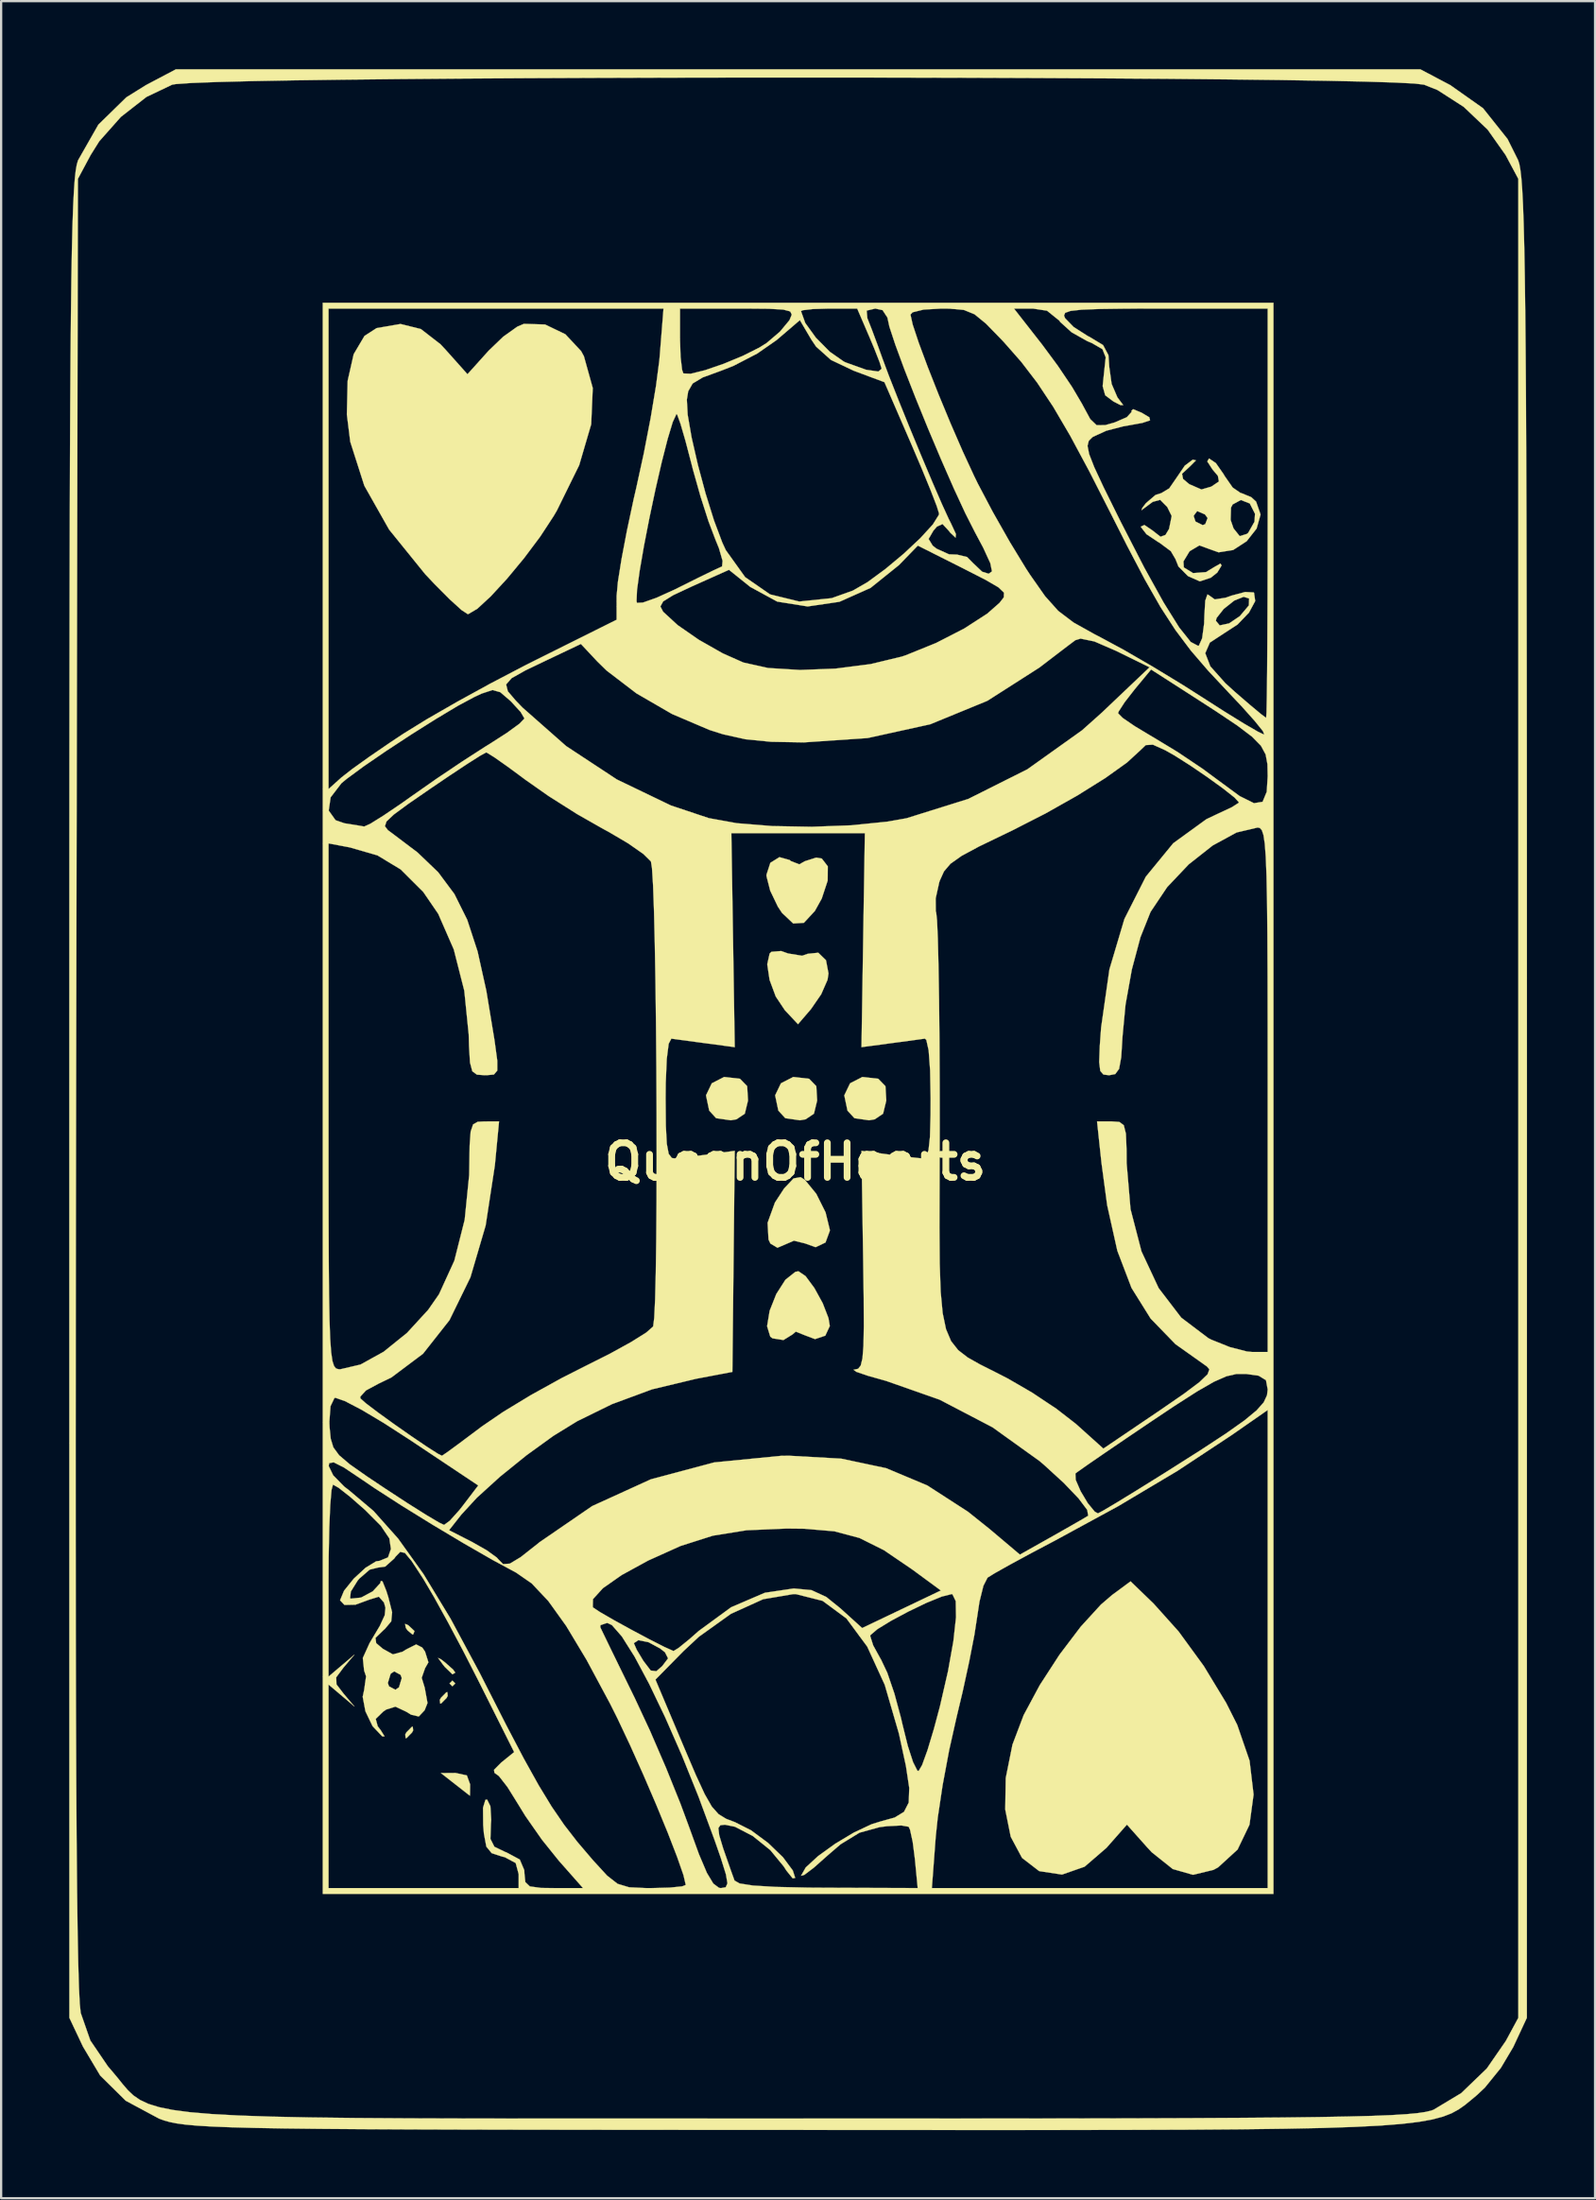
<source format=kicad_pcb>
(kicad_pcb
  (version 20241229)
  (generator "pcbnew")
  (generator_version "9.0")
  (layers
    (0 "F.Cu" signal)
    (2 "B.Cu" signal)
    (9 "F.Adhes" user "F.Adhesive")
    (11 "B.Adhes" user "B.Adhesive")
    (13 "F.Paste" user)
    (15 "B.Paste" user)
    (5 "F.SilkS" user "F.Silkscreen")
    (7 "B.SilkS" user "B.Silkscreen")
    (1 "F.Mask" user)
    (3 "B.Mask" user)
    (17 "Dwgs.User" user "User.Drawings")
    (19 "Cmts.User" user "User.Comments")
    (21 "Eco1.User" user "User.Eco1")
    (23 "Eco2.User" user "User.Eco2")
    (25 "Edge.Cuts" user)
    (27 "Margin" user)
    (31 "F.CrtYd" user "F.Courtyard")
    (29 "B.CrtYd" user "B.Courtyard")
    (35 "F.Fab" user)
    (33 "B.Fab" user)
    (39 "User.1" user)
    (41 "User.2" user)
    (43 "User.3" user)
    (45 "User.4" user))
  (footprint "QueenOfHearts"
    (layer "F.Cu")
    (at 32.007 48.138)
    (property "Reference" "QueenOfHearts" (at 0 0 0) (layer "F.SilkS") (effects (font (size 1.524 1.524) (thickness 0.3))))
    (attr through_hole)
    (fp_poly (pts (xy -14.986 22.987) (xy -15.113 23.114) (xy -15.24 22.987) (xy -15.113 22.86) (xy -14.986 22.987)) (stroke (width 0.01) (type solid)) (fill yes) (layer "F.SilkS"))
    (fp_poly (pts (xy -17.057 20.423) (xy -16.785 20.678) (xy -16.841 20.826) (xy -16.876 20.828) (xy -17.091 20.648) (xy -17.169 20.535) (xy -17.199 20.361) (xy -17.057 20.423)) (stroke (width 0.01) (type solid)) (fill yes) (layer "F.SilkS"))
    (fp_poly (pts (xy -16.844 25.056) (xy -16.891 25.146) (xy -17.13 25.389) (xy -17.175 25.4) (xy -17.192 25.236) (xy -17.145 25.146) (xy -16.906 24.903) (xy -16.861 24.892) (xy -16.844 25.056)) (stroke (width 0.01) (type solid)) (fill yes) (layer "F.SilkS"))
    (fp_poly (pts (xy -15.615 21.924) (xy -15.431 22.066) (xy -15.079 22.379) (xy -14.986 22.51) (xy -15.11 22.586) (xy -15.447 22.26) (xy -15.526 22.162) (xy -15.746 21.861) (xy -15.615 21.924)) (stroke (width 0.01) (type solid)) (fill yes) (layer "F.SilkS"))
    (fp_poly (pts (xy -15.32 23.532) (xy -15.367 23.622) (xy -15.606 23.865) (xy -15.651 23.876) (xy -15.668 23.712) (xy -15.621 23.622) (xy -15.382 23.379) (xy -15.337 23.368) (xy -15.32 23.532)) (stroke (width 0.01) (type solid)) (fill yes) (layer "F.SilkS"))
    (fp_poly (pts (xy -14.476 27.039) (xy -14.333 27.432) (xy -14.337 27.843) (xy -14.342 27.934) (xy -14.524 27.793) (xy -14.952 27.458) (xy -14.986 27.432) (xy -15.621 26.935) (xy -14.977 26.93) (xy -14.476 27.039)) (stroke (width 0.01) (type solid)) (fill yes) (layer "F.SilkS"))
    (fp_poly (pts (xy -2.435 -3.656) (xy -2.119 -3.33) (xy -2.082 -2.698) (xy -2.223 -2.117) (xy -2.589 -1.87) (xy -2.84 -1.826) (xy -3.487 -1.92) (xy -3.792 -2.252) (xy -3.934 -2.925) (xy -3.678 -3.457) (xy -3.134 -3.736) (xy -2.435 -3.656)) (stroke (width 0.01) (type solid)) (fill yes) (layer "F.SilkS"))
    (fp_poly (pts (xy 0.613 -3.656) (xy 0.929 -3.33) (xy 0.966 -2.698) (xy 0.825 -2.117) (xy 0.459 -1.87) (xy 0.208 -1.826) (xy -0.439 -1.92) (xy -0.744 -2.252) (xy -0.886 -2.925) (xy -0.63 -3.457) (xy -0.086 -3.736) (xy 0.613 -3.656)) (stroke (width 0.01) (type solid)) (fill yes) (layer "F.SilkS"))
    (fp_poly (pts (xy 3.661 -3.656) (xy 3.977 -3.33) (xy 4.014 -2.698) (xy 3.873 -2.117) (xy 3.507 -1.87) (xy 3.256 -1.826) (xy 2.609 -1.92) (xy 2.304 -2.252) (xy 2.162 -2.925) (xy 2.418 -3.457) (xy 2.962 -3.736) (xy 3.661 -3.656)) (stroke (width 0.01) (type solid)) (fill yes) (layer "F.SilkS"))
    (fp_poly (pts (xy -0.316 -9.177) (xy 0.305 -9.076) (xy 0.55 -9.162) (xy 1.017 -9.21) (xy 1.356 -8.879) (xy 1.466 -8.297) (xy 1.424 -8.016) (xy 1.144 -7.378) (xy 0.694 -6.725) (xy 0.122 -6.06) (xy -0.457 -6.677) (xy -0.859 -7.28) (xy -1.131 -8.012) (xy -1.234 -8.7) (xy -1.129 -9.174) (xy -1.049 -9.25) (xy -0.62 -9.285) (xy -0.316 -9.177)) (stroke (width 0.01) (type solid)) (fill yes) (layer "F.SilkS"))
    (fp_poly (pts (xy 0.424 0.797) (xy 0.927 1.411) (xy 1.338 2.233) (xy 1.523 2.993) (xy 1.524 3.043) (xy 1.335 3.558) (xy 0.896 3.765) (xy 0.433 3.599) (xy -0.058 3.478) (xy -0.263 3.567) (xy -0.784 3.79) (xy -1.094 3.605) (xy -1.178 3.428) (xy -1.218 2.689) (xy -0.895 1.797) (xy -0.488 1.175) (xy -0.074 0.735) (xy 0.237 0.679) (xy 0.424 0.797)) (stroke (width 0.01) (type solid)) (fill yes) (layer "F.SilkS"))
    (fp_poly (pts (xy -0.241 -13.293) (xy -0.192 -13.248) (xy 0.18 -13.104) (xy 0.423 -13.242) (xy 0.927 -13.402) (xy 1.171 -13.36) (xy 1.436 -13.016) (xy 1.43 -12.385) (xy 1.169 -11.595) (xy 0.866 -11.05) (xy 0.382 -10.528) (xy -0.089 -10.498) (xy -0.583 -10.965) (xy -0.765 -11.239) (xy -1.103 -11.943) (xy -1.266 -12.579) (xy -1.269 -12.644) (xy -1.097 -13.172) (xy -0.696 -13.421) (xy -0.241 -13.293)) (stroke (width 0.01) (type solid)) (fill yes) (layer "F.SilkS"))
    (fp_poly (pts (xy 0.455 5.038) (xy 0.843 5.562) (xy 1.212 6.234) (xy 1.465 6.887) (xy 1.524 7.237) (xy 1.326 7.663) (xy 0.873 7.815) (xy 0.4 7.636) (xy 0.025 7.485) (xy -0.119 7.608) (xy -0.519 7.856) (xy -1.003 7.78) (xy -1.101 7.705) (xy -1.241 7.247) (xy -1.128 6.566) (xy -0.835 5.828) (xy -0.434 5.201) (xy 0.004 4.852) (xy 0.143 4.826) (xy 0.455 5.038)) (stroke (width 0.01) (type solid)) (fill yes) (layer "F.SilkS"))
    (fp_poly (pts (xy 15.798 19.468) (xy 16.901 20.697) (xy 18.012 22.22) (xy 18.998 23.845) (xy 19.484 24.81) (xy 20.029 26.391) (xy 20.206 27.883) (xy 20.025 29.212) (xy 19.5 30.306) (xy 18.641 31.091) (xy 18.437 31.201) (xy 17.537 31.419) (xy 16.643 31.164) (xy 15.715 30.424) (xy 15.513 30.206) (xy 14.622 29.207) (xy 13.724 30.227) (xy 12.757 31.061) (xy 11.761 31.408) (xy 10.768 31.258) (xy 10.746 31.249) (xy 9.999 30.675) (xy 9.5 29.742) (xy 9.258 28.54) (xy 9.28 27.156) (xy 9.577 25.681) (xy 10.069 24.384) (xy 10.781 23.059) (xy 11.652 21.717) (xy 12.583 20.489) (xy 13.476 19.512) (xy 13.971 19.087) (xy 14.783 18.489) (xy 15.798 19.468)) (stroke (width 0.01) (type solid)) (fill yes) (layer "F.SilkS"))
    (fp_poly (pts (xy -11.029 -36.891) (xy -10.133 -36.46) (xy -9.439 -35.718) (xy -9.315 -35.489) (xy -8.926 -34.091) (xy -8.995 -32.494) (xy -9.523 -30.694) (xy -10.511 -28.686) (xy -10.651 -28.448) (xy -11.24 -27.548) (xy -11.951 -26.599) (xy -12.704 -25.691) (xy -13.419 -24.916) (xy -14.014 -24.366) (xy -14.41 -24.132) (xy -14.438 -24.13) (xy -14.707 -24.305) (xy -15.227 -24.776) (xy -15.908 -25.46) (xy -16.317 -25.894) (xy -17.902 -27.852) (xy -18.996 -29.786) (xy -19.616 -31.723) (xy -19.766 -32.926) (xy -19.731 -34.409) (xy -19.465 -35.583) (xy -18.988 -36.388) (xy -18.455 -36.731) (xy -17.4 -36.913) (xy -16.503 -36.69) (xy -15.639 -36.021) (xy -15.416 -35.783) (xy -14.449 -34.7) (xy -13.511 -35.741) (xy -12.871 -36.355) (xy -12.253 -36.795) (xy -11.961 -36.919) (xy -11.029 -36.891)) (stroke (width 0.01) (type solid)) (fill yes) (layer "F.SilkS"))
    (fp_poly (pts (xy 18.543 -30.784) (xy 18.891 -30.286) (xy 18.923 -30.226) (xy 19.284 -29.707) (xy 19.634 -29.466) (xy 19.66 -29.464) (xy 20.1 -29.285) (xy 20.317 -29.086) (xy 20.514 -28.518) (xy 20.339 -27.898) (xy 19.9 -27.34) (xy 19.305 -26.954) (xy 18.664 -26.852) (xy 18.28 -26.988) (xy 17.816 -27.156) (xy 17.405 -26.912) (xy 17.373 -26.88) (xy 17.114 -26.451) (xy 17.13 -26.186) (xy 17.54 -25.936) (xy 18.107 -25.98) (xy 18.491 -26.213) (xy 18.746 -26.357) (xy 18.796 -26.274) (xy 18.605 -25.959) (xy 18.32 -25.733) (xy 17.838 -25.573) (xy 17.326 -25.798) (xy 17.304 -25.813) (xy 16.893 -26.228) (xy 16.764 -26.551) (xy 16.558 -26.903) (xy 16.057 -27.275) (xy 16.002 -27.305) (xy 15.484 -27.65) (xy 15.242 -27.962) (xy 15.24 -27.986) (xy 15.392 -28.057) (xy 15.728 -27.831) (xy 16.104 -27.539) (xy 16.321 -27.618) (xy 16.48 -27.884) (xy 16.596 -28.452) (xy 16.592 -28.459) (xy 17.562 -28.459) (xy 17.645 -28.207) (xy 17.962 -28.051) (xy 18.074 -28.092) (xy 18.148 -28.279) (xy 19.194 -28.279) (xy 19.323 -27.905) (xy 19.595 -27.565) (xy 19.91 -27.663) (xy 19.969 -27.711) (xy 20.246 -28.2) (xy 20.269 -28.55) (xy 20.038 -29.004) (xy 19.644 -29.158) (xy 19.284 -28.962) (xy 19.21 -28.823) (xy 19.194 -28.279) (xy 18.148 -28.279) (xy 18.181 -28.361) (xy 18.06 -28.523) (xy 17.719 -28.669) (xy 17.562 -28.459) (xy 16.592 -28.459) (xy 16.401 -28.848) (xy 16.088 -29.165) (xy 15.76 -29.076) (xy 15.585 -28.946) (xy 15.264 -28.708) (xy 15.302 -28.812) (xy 15.462 -29.02) (xy 15.881 -29.378) (xy 16.146 -29.464) (xy 16.487 -29.67) (xy 16.814 -30.144) (xy 17.174 -30.672) (xy 17.526 -30.935) (xy 17.666 -30.904) (xy 17.399 -30.636) (xy 17.051 -30.313) (xy 17.097 -30.084) (xy 17.371 -29.855) (xy 17.908 -29.621) (xy 18.344 -29.748) (xy 18.678 -29.974) (xy 18.632 -30.222) (xy 18.397 -30.5) (xy 18.165 -30.856) (xy 18.242 -30.988) (xy 18.543 -30.784)) (stroke (width 0.01) (type solid)) (fill yes) (layer "F.SilkS"))
    (fp_poly (pts (xy 28.877 -47.438) (xy 30.321 -46.42) (xy 31.402 -45.063) (xy 31.869 -44.127) (xy 31.921 -43.961) (xy 31.967 -43.707) (xy 32.01 -43.341) (xy 32.048 -42.84) (xy 32.082 -42.181) (xy 32.112 -41.341) (xy 32.139 -40.296) (xy 32.162 -39.024) (xy 32.182 -37.501) (xy 32.199 -35.705) (xy 32.214 -33.611) (xy 32.225 -31.197) (xy 32.235 -28.44) (xy 32.242 -25.317) (xy 32.248 -21.804) (xy 32.252 -17.879) (xy 32.254 -13.517) (xy 32.255 -8.697) (xy 32.256 -3.395) (xy 32.256 -2.739) (xy 32.253 37.719) (xy 31.653 39.007) (xy 31.107 39.926) (xy 30.406 40.79) (xy 30.068 41.11) (xy 29.779 41.352) (xy 29.513 41.569) (xy 29.239 41.76) (xy 28.93 41.928) (xy 28.554 42.073) (xy 28.083 42.199) (xy 27.486 42.305) (xy 26.736 42.394) (xy 25.802 42.468) (xy 24.654 42.526) (xy 23.263 42.573) (xy 21.6 42.607) (xy 19.636 42.632) (xy 17.339 42.649) (xy 14.683 42.658) (xy 11.635 42.663) (xy 8.169 42.664) (xy 4.253 42.662) (xy -0.11 42.66) (xy -4.378 42.658) (xy -8.168 42.655) (xy -11.51 42.651) (xy -14.434 42.645) (xy -16.97 42.637) (xy -19.148 42.626) (xy -20.998 42.612) (xy -22.549 42.594) (xy -23.832 42.571) (xy -24.876 42.543) (xy -25.713 42.51) (xy -26.371 42.471) (xy -26.88 42.425) (xy -27.271 42.372) (xy -27.573 42.312) (xy -27.817 42.243) (xy -28.032 42.166) (xy -28.043 42.162) (xy -29.513 41.374) (xy -30.64 40.263) (xy -31.399 38.989) (xy -31.999 37.719) (xy -32.001 12.406) (xy -31.721 12.406) (xy -31.72 16.771) (xy -31.716 20.68) (xy -31.708 24.147) (xy -31.696 27.183) (xy -31.68 29.803) (xy -31.66 32.018) (xy -31.637 33.843) (xy -31.609 35.289) (xy -31.577 36.371) (xy -31.541 37.101) (xy -31.5 37.492) (xy -31.497 37.508) (xy -31.075 38.717) (xy -30.299 39.858) (xy -30.159 40.021) (xy -29.881 40.352) (xy -29.644 40.647) (xy -29.419 40.908) (xy -29.176 41.138) (xy -28.886 41.337) (xy -28.521 41.509) (xy -28.05 41.655) (xy -27.446 41.778) (xy -26.678 41.879) (xy -25.717 41.96) (xy -24.535 42.024) (xy -23.103 42.073) (xy -21.39 42.109) (xy -19.369 42.133) (xy -17.009 42.148) (xy -14.282 42.156) (xy -11.159 42.159) (xy -7.61 42.159) (xy -3.606 42.158) (xy 0.072 42.158) (xy 4.422 42.159) (xy 8.292 42.157) (xy 11.712 42.154) (xy 14.71 42.148) (xy 17.315 42.139) (xy 19.555 42.127) (xy 21.459 42.112) (xy 23.055 42.092) (xy 24.373 42.068) (xy 25.44 42.04) (xy 26.286 42.006) (xy 26.939 41.966) (xy 27.428 41.92) (xy 27.781 41.868) (xy 28.028 41.81) (xy 28.139 41.77) (xy 29.359 41.038) (xy 30.487 39.952) (xy 31.328 38.735) (xy 31.877 37.719) (xy 31.877 -43.307) (xy 31.314 -44.359) (xy 30.523 -45.478) (xy 29.469 -46.479) (xy 28.318 -47.219) (xy 27.722 -47.457) (xy 27.303 -47.507) (xy 26.418 -47.552) (xy 25.107 -47.593) (xy 23.413 -47.629) (xy 21.376 -47.662) (xy 19.038 -47.69) (xy 16.441 -47.715) (xy 13.626 -47.735) (xy 10.634 -47.75) (xy 7.506 -47.762) (xy 4.285 -47.77) (xy 1.011 -47.773) (xy -2.274 -47.772) (xy -5.529 -47.767) (xy -8.712 -47.757) (xy -11.782 -47.744) (xy -14.698 -47.726) (xy -17.418 -47.704) (xy -19.9 -47.678) (xy -22.104 -47.648) (xy -23.987 -47.613) (xy -25.509 -47.574) (xy -26.628 -47.531) (xy -27.303 -47.484) (xy -27.468 -47.457) (xy -28.602 -46.916) (xy -29.728 -46.037) (xy -30.681 -44.963) (xy -31.06 -44.359) (xy -31.623 -43.307) (xy -31.701 -3.556) (xy -31.711 2.255) (xy -31.718 7.571) (xy -31.721 12.406) (xy -32.001 12.406) (xy -32.002 -2.739) (xy -32.001 -8.099) (xy -32 -12.975) (xy -31.998 -17.389) (xy -31.994 -21.365) (xy -31.989 -24.925) (xy -31.982 -28.093) (xy -31.973 -30.892) (xy -31.961 -33.344) (xy -31.947 -35.474) (xy -31.93 -37.305) (xy -31.911 -38.858) (xy -31.888 -40.159) (xy -31.862 -41.229) (xy -31.832 -42.092) (xy -31.798 -42.771) (xy -31.761 -43.29) (xy -31.719 -43.67) (xy -31.672 -43.936) (xy -31.621 -44.111) (xy -31.615 -44.127) (xy -30.721 -45.696) (xy -29.488 -46.9) (xy -28.623 -47.438) (xy -27.305 -48.133) (xy 27.559 -48.133) (xy 28.877 -47.438)) (stroke (width 0.01) (type solid)) (fill yes) (layer "F.SilkS"))
    (fp_poly (pts (xy 21.082 32.258) (xy -20.828 32.258) (xy -20.828 18.454) (xy -20.574 18.454) (xy -20.574 22.685) (xy -20.003 22.201) (xy -19.431 21.717) (xy -19.915 22.288) (xy -20.236 22.718) (xy -20.223 23.028) (xy -19.915 23.431) (xy -19.431 24.003) (xy -20.574 23.035) (xy -20.574 32.004) (xy -12.192 32.004) (xy -12.192 31.389) (xy -12.323 30.9) (xy -12.802 30.643) (xy -12.93 30.612) (xy -13.382 30.464) (xy -13.617 30.177) (xy -13.725 29.6) (xy -13.756 29.227) (xy -13.764 28.465) (xy -13.658 28.114) (xy -13.583 28.104) (xy -13.438 28.396) (xy -13.403 28.995) (xy -13.416 29.182) (xy -13.437 29.836) (xy -13.262 30.182) (xy -12.785 30.412) (xy -12.724 30.434) (xy -12.143 30.746) (xy -11.944 31.216) (xy -11.938 31.356) (xy -11.899 31.738) (xy -11.698 31.93) (xy -11.204 31.997) (xy -10.646 32.004) (xy -9.355 32.004) (xy -10.422 30.797) (xy -11.165 29.873) (xy -11.897 28.826) (xy -12.246 28.258) (xy -12.687 27.55) (xy -13.064 27.067) (xy -13.26 26.924) (xy -13.279 26.793) (xy -12.965 26.476) (xy -12.954 26.467) (xy -12.391 26.011) (xy -13.976 22.848) (xy -14.641 21.548) (xy -15.315 20.28) (xy -15.924 19.179) (xy -16.393 18.383) (xy -16.434 18.32) (xy -16.911 17.591) (xy -17.209 17.234) (xy -17.415 17.19) (xy -17.617 17.399) (xy -17.677 17.483) (xy -18.075 17.837) (xy -18.391 17.881) (xy -18.761 17.973) (xy -19.221 18.371) (xy -19.292 18.457) (xy -19.592 18.939) (xy -19.624 19.229) (xy -19.59 19.251) (xy -19.138 19.203) (xy -18.625 18.929) (xy -18.295 18.57) (xy -18.268 18.47) (xy -18.195 18.489) (xy -18.031 18.897) (xy -17.941 19.177) (xy -17.771 19.851) (xy -17.81 20.252) (xy -18.088 20.582) (xy -18.151 20.637) (xy -18.504 20.979) (xy -18.474 21.21) (xy -18.178 21.461) (xy -17.736 21.706) (xy -17.314 21.591) (xy -17.144 21.486) (xy -16.71 21.268) (xy -16.441 21.406) (xy -16.32 21.582) (xy -16.171 22.056) (xy -16.318 22.313) (xy -16.467 22.74) (xy -16.335 23.171) (xy -16.211 23.849) (xy -16.338 24.169) (xy -16.596 24.443) (xy -16.935 24.363) (xy -17.145 24.234) (xy -17.624 24.009) (xy -18.034 24.138) (xy -18.168 24.231) (xy -18.494 24.549) (xy -18.406 24.873) (xy -18.278 25.04) (xy -18.103 25.319) (xy -18.208 25.317) (xy -18.633 24.869) (xy -18.948 24.213) (xy -19.068 23.573) (xy -19.004 23.276) (xy -18.961 22.969) (xy -17.96 22.969) (xy -17.907 23.114) (xy -17.626 23.265) (xy -17.469 23.158) (xy -17.346 22.751) (xy -17.399 22.606) (xy -17.68 22.455) (xy -17.837 22.562) (xy -17.96 22.969) (xy -18.961 22.969) (xy -18.919 22.673) (xy -19.005 22.419) (xy -19.063 21.866) (xy -18.765 21.209) (xy -18.315 20.454) (xy -18.097 19.982) (xy -18.064 19.654) (xy -18.13 19.42) (xy -18.355 19.165) (xy -18.776 19.293) (xy -19.386 19.517) (xy -19.872 19.527) (xy -20.066 19.323) (xy -19.89 18.901) (xy -19.464 18.372) (xy -18.941 17.889) (xy -18.476 17.606) (xy -18.325 17.585) (xy -17.952 17.433) (xy -17.823 17.06) (xy -17.893 16.595) (xy -18.27 16.037) (xy -18.96 15.345) (xy -19.615 14.77) (xy -20.128 14.366) (xy -20.378 14.224) (xy -20.443 14.464) (xy -20.499 15.129) (xy -20.542 16.135) (xy -20.568 17.399) (xy -20.574 18.454) (xy -20.828 18.454) (xy -20.828 13.406) (xy -20.567 13.406) (xy -20.369 13.815) (xy -19.881 14.313) (xy -19.667 14.478) (xy -18.591 15.387) (xy -17.507 16.603) (xy -16.387 18.169) (xy -15.197 20.129) (xy -13.908 22.528) (xy -13.675 22.987) (xy -12.735 24.833) (xy -11.964 26.3) (xy -11.314 27.467) (xy -10.737 28.414) (xy -10.184 29.221) (xy -9.605 29.968) (xy -8.953 30.733) (xy -8.897 30.797) (xy -8.293 31.455) (xy -7.83 31.816) (xy -7.32 31.969) (xy -6.573 32.004) (xy -6.328 32.004) (xy -5.531 31.983) (xy -4.986 31.928) (xy -4.826 31.866) (xy -4.927 31.432) (xy -5.205 30.634) (xy -5.618 29.567) (xy -6.128 28.328) (xy -6.694 27.013) (xy -7.276 25.716) (xy -7.834 24.533) (xy -8.163 23.876) (xy -9.197 21.951) (xy -10.062 20.511) (xy -8.594 20.511) (xy -8.455 20.8) (xy -8.139 21.453) (xy -7.689 22.375) (xy -7.151 23.475) (xy -7.078 23.623) (xy -6.399 25.079) (xy -5.694 26.711) (xy -5.058 28.289) (xy -4.694 29.273) (xy -4.243 30.514) (xy -3.894 31.335) (xy -3.611 31.805) (xy -3.36 31.992) (xy -3.275 32.004) (xy 6.023 32.004) (xy 20.828 32.004) (xy 20.828 10.939) (xy 19.241 12.043) (xy 16.844 13.625) (xy 14.239 15.175) (xy 11.474 16.679) (xy 10.394 17.25) (xy 9.467 17.752) (xy 8.795 18.129) (xy 8.478 18.325) (xy 8.295 18.685) (xy 8.122 19.381) (xy 8.027 20.007) (xy 7.897 20.851) (xy 7.669 22.02) (xy 7.38 23.349) (xy 7.114 24.464) (xy 6.787 25.918) (xy 6.497 27.469) (xy 6.282 28.903) (xy 6.194 29.734) (xy 6.023 32.004) (xy -3.275 32.004) (xy -3.065 31.967) (xy -2.988 31.794) (xy -3.056 31.396) (xy -3.279 30.681) (xy -3.559 29.878) (xy -4.263 27.976) (xy -4.996 26.158) (xy -5.731 24.484) (xy -6.437 23.012) (xy -6.541 22.817) (xy -6.162 22.817) (xy -4.908 25.788) (xy -4.382 27.019) (xy -3.991 27.865) (xy -3.677 28.413) (xy -3.381 28.746) (xy -3.045 28.952) (xy -2.653 29.101) (xy -1.946 29.459) (xy -1.199 30.012) (xy -0.543 30.642) (xy -0.107 31.228) (xy -0.001 31.556) (xy -0.112 31.574) (xy -0.389 31.233) (xy -0.507 31.049) (xy -1.098 30.331) (xy -1.872 29.708) (xy -2.656 29.301) (xy -3.1 29.211) (xy -3.3 29.233) (xy -3.389 29.359) (xy -3.352 29.672) (xy -3.176 30.259) (xy -2.844 31.206) (xy -2.676 31.672) (xy -2.452 31.8) (xy -1.859 31.892) (xy -0.858 31.952) (xy 0.593 31.984) (xy 1.416 31.989) (xy 5.399 32.003) (xy 5.276 30.728) (xy 5.178 29.966) (xy 5.062 29.434) (xy 5.001 29.301) (xy 4.68 29.244) (xy 4.045 29.277) (xy 3.717 29.319) (xy 2.833 29.563) (xy 1.998 30.074) (xy 1.419 30.573) (xy 0.821 31.103) (xy 0.401 31.421) (xy 0.254 31.463) (xy 0.463 31.094) (xy 1.005 30.596) (xy 1.754 30.055) (xy 2.583 29.558) (xy 3.366 29.19) (xy 3.752 29.07) (xy 4.383 28.895) (xy 4.794 28.644) (xy 5.003 28.237) (xy 5.026 27.591) (xy 4.88 26.623) (xy 4.583 25.251) (xy 4.564 25.172) (xy 3.947 23.05) (xy 3.173 21.362) (xy 2.827 20.894) (xy 3.304 20.894) (xy 3.436 21.309) (xy 3.755 21.89) (xy 3.782 21.932) (xy 4.059 22.518) (xy 4.371 23.432) (xy 4.66 24.501) (xy 4.727 24.791) (xy 4.963 25.741) (xy 5.194 26.454) (xy 5.381 26.822) (xy 5.438 26.847) (xy 5.593 26.582) (xy 5.831 25.926) (xy 6.116 24.98) (xy 6.381 23.988) (xy 6.734 22.453) (xy 6.972 21.124) (xy 7.088 20.071) (xy 7.076 19.359) (xy 6.929 19.056) (xy 6.893 19.05) (xy 6.461 19.159) (xy 5.781 19.437) (xy 4.991 19.817) (xy 4.226 20.226) (xy 3.622 20.595) (xy 3.317 20.855) (xy 3.304 20.894) (xy 2.827 20.894) (xy 2.257 20.123) (xy 1.208 19.348) (xy 0.039 19.053) (xy -0.086 19.05) (xy -1.415 19.276) (xy -2.836 19.92) (xy -4.248 20.93) (xy -4.924 21.56) (xy -6.162 22.817) (xy -6.541 22.817) (xy -7.083 21.804) (xy -7.453 21.218) (xy -7.112 21.218) (xy -6.987 21.505) (xy -6.692 21.995) (xy -6.37 22.418) (xy -6.122 22.447) (xy -5.866 22.225) (xy -5.606 21.882) (xy -5.742 21.615) (xy -5.954 21.447) (xy -6.465 21.171) (xy -6.912 21.079) (xy -7.112 21.209) (xy -7.112 21.218) (xy -7.453 21.218) (xy -7.642 20.918) (xy -8.083 20.414) (xy -8.289 20.32) (xy -8.585 20.418) (xy -8.594 20.511) (xy -10.062 20.511) (xy -10.094 20.458) (xy -10.693 19.623) (xy -8.925 19.623) (xy -8.907 19.643) (xy -8.608 19.841) (xy -8.002 20.191) (xy -7.23 20.616) (xy -6.439 21.037) (xy -5.771 21.377) (xy -5.372 21.556) (xy -5.365 21.559) (xy -5.14 21.421) (xy -4.663 21.034) (xy -4.257 20.676) (xy -2.827 19.63) (xy -1.339 18.991) (xy -0.064 18.802) (xy 0.718 18.876) (xy 1.368 19.175) (xy 1.983 19.671) (xy 2.951 20.546) (xy 4.686 19.718) (xy 6.42 18.891) (xy 5.142 17.953) (xy 3.907 17.113) (xy 2.832 16.577) (xy 1.728 16.283) (xy 0.406 16.17) (xy -0.381 16.162) (xy -2.145 16.237) (xy -3.631 16.476) (xy -5.055 16.929) (xy -6.477 17.569) (xy -7.65 18.21) (xy -8.478 18.79) (xy -8.917 19.273) (xy -8.925 19.623) (xy -10.693 19.623) (xy -10.89 19.35) (xy -11.617 18.58) (xy -12.309 18.101) (xy -12.313 18.099) (xy -13.319 17.557) (xy -14.596 16.824) (xy -15.581 16.235) (xy -15.261 16.235) (xy -14.251 16.75) (xy -13.6 17.119) (xy -13.16 17.437) (xy -13.083 17.522) (xy -12.878 17.729) (xy -12.581 17.708) (xy -12.102 17.42) (xy -11.35 16.828) (xy -11.274 16.765) (xy -8.951 15.171) (xy -6.366 13.993) (xy -3.573 13.248) (xy -0.627 12.958) (xy -0.259 12.954) (xy 2.027 13.082) (xy 4.008 13.502) (xy 5.823 14.263) (xy 7.613 15.419) (xy 8.572 16.185) (xy 9.905 17.31) (xy 11.366 16.488) (xy 12.122 16.059) (xy 12.682 15.737) (xy 12.916 15.596) (xy 12.871 15.338) (xy 12.491 14.834) (xy 11.838 14.151) (xy 11.384 13.736) (xy 12.351 13.736) (xy 12.364 14.016) (xy 12.58 14.514) (xy 12.896 15.043) (xy 13.205 15.419) (xy 13.345 15.494) (xy 13.586 15.366) (xy 14.173 15.017) (xy 15.025 14.496) (xy 16.059 13.853) (xy 16.312 13.695) (xy 17.84 12.727) (xy 18.984 11.977) (xy 19.799 11.401) (xy 20.338 10.956) (xy 20.653 10.6) (xy 20.798 10.288) (xy 20.828 10.035) (xy 20.752 9.625) (xy 20.427 9.427) (xy 19.875 9.35) (xy 19.454 9.35) (xy 19.009 9.452) (xy 18.456 9.695) (xy 17.715 10.121) (xy 16.702 10.77) (xy 15.748 11.407) (xy 14.622 12.167) (xy 13.642 12.834) (xy 12.886 13.354) (xy 12.435 13.672) (xy 12.351 13.736) (xy 11.384 13.736) (xy 10.974 13.361) (xy 10.775 13.191) (xy 8.698 11.701) (xy 6.368 10.485) (xy 4.009 9.657) (xy 3.199 9.429) (xy 2.691 9.255) (xy 2.57 9.164) (xy 2.614 9.158) (xy 2.772 9.122) (xy 2.887 8.979) (xy 2.964 8.663) (xy 3.008 8.108) (xy 3.024 7.245) (xy 3.018 6.008) (xy 2.995 4.331) (xy 2.921 -0.481) (xy 4.064 -0.327) (xy 4.846 -0.227) (xy 5.452 -0.16) (xy 5.588 -0.149) (xy 5.762 -0.219) (xy 5.875 -0.505) (xy 5.939 -1.091) (xy 5.966 -2.056) (xy 5.969 -2.794) (xy 5.946 -4.03) (xy 5.881 -4.908) (xy 5.779 -5.369) (xy 5.715 -5.425) (xy 5.331 -5.372) (xy 4.636 -5.278) (xy 4.191 -5.219) (xy 2.921 -5.049) (xy 2.995 -9.764) (xy 3.024 -11.602) (xy 6.191 -11.602) (xy 6.196 -11.039) (xy 6.214 -10.982) (xy 6.251 -10.636) (xy 6.286 -9.842) (xy 6.315 -8.662) (xy 6.34 -7.156) (xy 6.358 -5.384) (xy 6.368 -3.407) (xy 6.37 -1.506) (xy 6.363 0.928) (xy 6.358 2.908) (xy 6.369 4.489) (xy 6.411 5.725) (xy 6.499 6.669) (xy 6.647 7.377) (xy 6.87 7.902) (xy 7.182 8.299) (xy 7.6 8.622) (xy 8.136 8.925) (xy 8.806 9.262) (xy 9.371 9.551) (xy 10.447 10.175) (xy 11.517 10.887) (xy 12.364 11.543) (xy 12.417 11.59) (xy 13.584 12.639) (xy 16.074 10.955) (xy 17.138 10.222) (xy 17.821 9.709) (xy 18.177 9.366) (xy 18.257 9.146) (xy 18.144 9.017) (xy 16.76 8.036) (xy 15.667 6.909) (xy 14.826 5.562) (xy 14.2 3.923) (xy 13.752 1.917) (xy 13.501 0.052) (xy 13.305 -1.778) (xy 13.955 -1.777) (xy 14.29 -1.753) (xy 14.484 -1.61) (xy 14.577 -1.238) (xy 14.606 -0.53) (xy 14.609 0.065) (xy 14.781 2.089) (xy 15.264 3.95) (xy 16.022 5.569) (xy 17.017 6.869) (xy 18.211 7.772) (xy 18.347 7.841) (xy 19.162 8.168) (xy 19.912 8.36) (xy 20.146 8.382) (xy 20.828 8.382) (xy 20.828 -3.175) (xy 20.827 -5.902) (xy 20.823 -8.165) (xy 20.814 -10.005) (xy 20.799 -11.467) (xy 20.776 -12.594) (xy 20.743 -13.428) (xy 20.699 -14.014) (xy 20.642 -14.393) (xy 20.57 -14.609) (xy 20.482 -14.706) (xy 20.384 -14.726) (xy 19.457 -14.508) (xy 18.405 -13.936) (xy 17.346 -13.102) (xy 16.396 -12.1) (xy 15.672 -11.021) (xy 15.656 -10.989) (xy 15.218 -9.891) (xy 14.839 -8.472) (xy 14.56 -6.92) (xy 14.428 -5.526) (xy 14.371 -4.61) (xy 14.277 -4.092) (xy 14.108 -3.863) (xy 13.836 -3.811) (xy 13.587 -3.842) (xy 13.447 -4.001) (xy 13.399 -4.391) (xy 13.426 -5.111) (xy 13.485 -5.916) (xy 13.85 -8.473) (xy 14.511 -10.696) (xy 15.454 -12.559) (xy 16.664 -14.034) (xy 18.125 -15.093) (xy 18.663 -15.348) (xy 19.237 -15.615) (xy 19.543 -15.81) (xy 19.558 -15.838) (xy 19.364 -16.049) (xy 18.862 -16.446) (xy 18.173 -16.944) (xy 17.418 -17.458) (xy 16.72 -17.901) (xy 16.312 -18.132) (xy 15.767 -18.377) (xy 15.453 -18.358) (xy 15.212 -18.128) (xy 14.625 -17.589) (xy 13.668 -16.906) (xy 12.439 -16.138) (xy 11.032 -15.345) (xy 9.545 -14.586) (xy 9.253 -14.446) (xy 8.104 -13.892) (xy 7.332 -13.476) (xy 6.846 -13.132) (xy 6.557 -12.793) (xy 6.376 -12.394) (xy 6.348 -12.313) (xy 6.191 -11.602) (xy 3.024 -11.602) (xy 3.07 -14.478) (xy -2.816 -14.478) (xy -2.741 -9.764) (xy -2.667 -5.049) (xy -3.937 -5.219) (xy -4.721 -5.324) (xy -5.299 -5.402) (xy -5.461 -5.425) (xy -5.579 -5.2) (xy -5.664 -4.528) (xy -5.709 -3.467) (xy -5.715 -2.794) (xy -5.704 -1.579) (xy -5.662 -0.791) (xy -5.578 -0.347) (xy -5.439 -0.166) (xy -5.334 -0.149) (xy -4.858 -0.196) (xy -4.116 -0.286) (xy -3.81 -0.326) (xy -2.667 -0.481) (xy -2.719 4.39) (xy -2.771 9.26) (xy -4.37 9.563) (xy -6.309 10.027) (xy -8.082 10.682) (xy -9.609 11.431) (xy -10.659 12.076) (xy -11.844 12.932) (xy -13.019 13.881) (xy -14.037 14.806) (xy -14.72 15.548) (xy -15.261 16.235) (xy -15.581 16.235) (xy -15.993 15.99) (xy -17.358 15.146) (xy -18.542 14.383) (xy -19.113 13.995) (xy -19.893 13.473) (xy -20.347 13.244) (xy -20.544 13.28) (xy -20.567 13.406) (xy -20.828 13.406) (xy -20.828 11.47) (xy -20.538 11.47) (xy -20.527 11.709) (xy -20.478 12.202) (xy -20.363 12.582) (xy -20.107 12.932) (xy -19.634 13.334) (xy -18.869 13.871) (xy -18.054 14.415) (xy -17.084 15.048) (xy -16.269 15.561) (xy -15.702 15.897) (xy -15.48 16.002) (xy -15.229 15.818) (xy -14.813 15.356) (xy -14.637 15.133) (xy -13.974 14.263) (xy -16.998 12.247) (xy -18.137 11.512) (xy -19.111 10.932) (xy -19.846 10.548) (xy -20.263 10.402) (xy -20.314 10.411) (xy -20.487 10.772) (xy -20.538 11.47) (xy -20.828 11.47) (xy -20.828 -14.027) (xy -20.574 -14.027) (xy -20.574 -2.441) (xy -20.574 0.283) (xy -20.571 2.543) (xy -20.564 4.382) (xy -20.552 5.843) (xy -20.531 6.97) (xy -20.501 7.806) (xy -20.458 8.394) (xy -20.402 8.779) (xy -20.33 9.002) (xy -20.241 9.109) (xy -20.132 9.142) (xy -20.056 9.144) (xy -19.165 8.936) (xy -18.145 8.372) (xy -17.112 7.539) (xy -16.182 6.526) (xy -15.706 5.842) (xy -15.028 4.36) (xy -14.572 2.558) (xy -14.374 0.589) (xy -14.369 0.319) (xy -14.354 -0.707) (xy -14.309 -1.328) (xy -14.202 -1.644) (xy -14 -1.76) (xy -13.704 -1.776) (xy -13.057 -1.778) (xy -13.242 0.16) (xy -13.648 2.81) (xy -14.318 5.09) (xy -15.242 6.98) (xy -16.408 8.459) (xy -17.806 9.507) (xy -18.362 9.774) (xy -18.922 10.076) (xy -19.176 10.354) (xy -19.167 10.43) (xy -18.923 10.646) (xy -18.387 11.052) (xy -17.68 11.563) (xy -16.923 12.092) (xy -16.238 12.556) (xy -15.746 12.869) (xy -15.574 12.954) (xy -15.362 12.812) (xy -14.843 12.433) (xy -14.115 11.889) (xy -13.823 11.669) (xy -12.881 11.025) (xy -11.649 10.279) (xy -10.302 9.534) (xy -9.268 9.01) (xy -8.163 8.455) (xy -7.232 7.942) (xy -6.568 7.526) (xy -6.268 7.262) (xy -6.263 7.252) (xy -6.216 6.876) (xy -6.177 6.064) (xy -6.148 4.886) (xy -6.127 3.407) (xy -6.114 1.697) (xy -6.11 -0.177) (xy -6.112 -2.148) (xy -6.122 -4.146) (xy -6.139 -6.106) (xy -6.162 -7.958) (xy -6.192 -9.635) (xy -6.227 -11.069) (xy -6.268 -12.192) (xy -6.315 -12.937) (xy -6.361 -13.229) (xy -6.694 -13.559) (xy -7.357 -14.023) (xy -8.22 -14.532) (xy -8.448 -14.654) (xy -9.614 -15.317) (xy -10.869 -16.111) (xy -11.888 -16.826) (xy -12.656 -17.393) (xy -13.26 -17.818) (xy -13.594 -18.025) (xy -13.623 -18.034) (xy -13.874 -17.899) (xy -14.452 -17.533) (xy -15.265 -16.995) (xy -16.057 -16.458) (xy -17.058 -15.768) (xy -17.694 -15.3) (xy -18.019 -14.993) (xy -18.089 -14.784) (xy -17.958 -14.612) (xy -17.793 -14.49) (xy -16.651 -13.628) (xy -15.742 -12.758) (xy -15.024 -11.795) (xy -14.459 -10.659) (xy -14.003 -9.266) (xy -13.618 -7.534) (xy -13.262 -5.381) (xy -13.246 -5.271) (xy -13.135 -4.452) (xy -13.135 -4.017) (xy -13.282 -3.843) (xy -13.613 -3.812) (xy -13.691 -3.812) (xy -14.035 -3.838) (xy -14.236 -3.987) (xy -14.337 -4.37) (xy -14.381 -5.096) (xy -14.394 -5.605) (xy -14.589 -7.536) (xy -15.052 -9.354) (xy -15.739 -10.925) (xy -16.398 -11.887) (xy -17.394 -12.88) (xy -18.418 -13.499) (xy -19.63 -13.849) (xy -20.574 -14.027) (xy -20.828 -14.027) (xy -20.828 -15.473) (xy -20.566 -15.473) (xy -20.264 -15.049) (xy -19.875 -14.914) (xy -19.302 -14.823) (xy -19.002 -14.77) (xy -18.732 -14.892) (xy -18.154 -15.252) (xy -17.367 -15.784) (xy -16.9 -16.115) (xy -15.815 -16.874) (xy -14.662 -17.648) (xy -13.654 -18.297) (xy -13.455 -18.419) (xy -12.703 -18.902) (xy -12.16 -19.298) (xy -11.939 -19.526) (xy -11.938 -19.532) (xy -12.106 -19.819) (xy -12.516 -20.266) (xy -12.575 -20.322) (xy -13.003 -20.689) (xy -13.345 -20.785) (xy -13.821 -20.629) (xy -14.162 -20.47) (xy -14.861 -20.095) (xy -15.824 -19.519) (xy -16.924 -18.827) (xy -18.032 -18.101) (xy -19.02 -17.424) (xy -19.763 -16.878) (xy -20.003 -16.68) (xy -20.482 -16.055) (xy -20.566 -15.473) (xy -20.828 -15.473) (xy -20.828 -37.592) (xy -20.574 -37.592) (xy -20.574 -16.421) (xy -20.003 -16.934) (xy -19.546 -17.292) (xy -18.787 -17.836) (xy -17.849 -18.478) (xy -17.272 -18.861) (xy -16.239 -19.498) (xy -14.9 -20.268) (xy -13.511 -21.03) (xy -12.745 -21.03) (xy -12.669 -20.728) (xy -12.321 -20.32) (xy -12.025 -20.013) (xy -10.097 -18.314) (xy -7.861 -16.843) (xy -5.481 -15.698) (xy -3.81 -15.14) (xy -2.576 -14.917) (xy -1.008 -14.79) (xy 0.732 -14.759) (xy 2.478 -14.824) (xy 4.068 -14.986) (xy 4.903 -15.134) (xy 7.626 -15.985) (xy 10.236 -17.293) (xy 12.641 -19.008) (xy 13.486 -19.761) (xy 14.231 -19.761) (xy 14.432 -19.558) (xy 14.969 -19.191) (xy 15.73 -18.734) (xy 15.812 -18.687) (xy 16.862 -18.05) (xy 17.954 -17.318) (xy 18.669 -16.79) (xy 19.597 -16.109) (xy 20.224 -15.798) (xy 20.603 -15.86) (xy 20.786 -16.302) (xy 20.828 -16.988) (xy 20.816 -17.521) (xy 20.737 -17.946) (xy 20.531 -18.328) (xy 20.135 -18.731) (xy 19.486 -19.222) (xy 18.523 -19.866) (xy 17.433 -20.569) (xy 15.688 -21.689) (xy 14.963 -20.814) (xy 14.523 -20.248) (xy 14.261 -19.845) (xy 14.231 -19.761) (xy 13.486 -19.761) (xy 13.507 -19.78) (xy 15.621 -21.787) (xy 14.152 -22.507) (xy 13.188 -22.925) (xy 12.579 -23.05) (xy 12.348 -22.98) (xy 11.974 -22.699) (xy 11.349 -22.222) (xy 10.769 -21.778) (xy 8.47 -20.309) (xy 5.953 -19.276) (xy 3.189 -18.668) (xy 0.381 -18.477) (xy -1.061 -18.503) (xy -2.187 -18.614) (xy -3.185 -18.836) (xy -3.781 -19.025) (xy -5.43 -19.728) (xy -7.002 -20.638) (xy -8.318 -21.644) (xy -8.725 -22.042) (xy -9.449 -22.814) (xy -10.884 -22.133) (xy -11.897 -21.648) (xy -12.502 -21.308) (xy -12.745 -21.03) (xy -13.511 -21.03) (xy -13.408 -21.086) (xy -11.915 -21.866) (xy -11.493 -22.078) (xy -7.874 -23.882) (xy -7.874 -24.466) (xy -5.944 -24.466) (xy -5.823 -24.234) (xy -5.184 -23.646) (xy -4.247 -22.997) (xy -3.193 -22.399) (xy -2.285 -21.996) (xy -1.195 -21.755) (xy 0.212 -21.668) (xy 1.773 -21.728) (xy 3.322 -21.927) (xy 4.696 -22.257) (xy 4.877 -22.318) (xy 6.207 -22.857) (xy 7.451 -23.495) (xy 8.465 -24.15) (xy 9.005 -24.625) (xy 9.194 -24.868) (xy 9.202 -25.074) (xy 8.96 -25.308) (xy 8.401 -25.634) (xy 7.455 -26.117) (xy 7.427 -26.132) (xy 5.405 -27.148) (xy 4.574 -26.291) (xy 3.322 -25.285) (xy 1.95 -24.673) (xy 0.548 -24.467) (xy -0.794 -24.681) (xy -1.984 -25.329) (xy -1.985 -25.33) (xy -2.921 -26.081) (xy -4.538 -25.358) (xy -5.379 -24.964) (xy -5.822 -24.689) (xy -5.944 -24.466) (xy -7.874 -24.466) (xy -7.874 -24.695) (xy -6.996 -24.695) (xy -6.977 -24.625) (xy -6.712 -24.639) (xy -6.117 -24.849) (xy -5.312 -25.213) (xy -5.144 -25.297) (xy -4.293 -25.721) (xy -3.618 -26.05) (xy -3.248 -26.22) (xy -3.226 -26.229) (xy -3.202 -26.476) (xy -3.363 -27.032) (xy -3.527 -27.436) (xy -3.825 -28.223) (xy -4.172 -29.305) (xy -4.505 -30.483) (xy -4.588 -30.806) (xy -4.842 -31.775) (xy -5.056 -32.51) (xy -5.2 -32.909) (xy -5.235 -32.949) (xy -5.4 -32.593) (xy -5.624 -31.851) (xy -5.885 -30.829) (xy -6.161 -29.631) (xy -6.43 -28.362) (xy -6.67 -27.13) (xy -6.859 -26.037) (xy -6.975 -25.191) (xy -6.996 -24.695) (xy -7.874 -24.695) (xy -7.874 -24.936) (xy -7.816 -25.561) (xy -7.657 -26.558) (xy -7.419 -27.807) (xy -7.124 -29.188) (xy -7.007 -29.695) (xy -6.675 -31.215) (xy -6.375 -32.765) (xy -6.239 -33.58) (xy -4.778 -33.58) (xy -4.742 -32.915) (xy -4.568 -31.91) (xy -4.292 -30.706) (xy -3.951 -29.44) (xy -3.58 -28.253) (xy -3.215 -27.281) (xy -3.061 -26.949) (xy -2.208 -25.759) (xy -1.11 -24.999) (xy 0.178 -24.684) (xy 1.606 -24.832) (xy 2.54 -25.165) (xy 3.192 -25.542) (xy 3.974 -26.116) (xy 4.784 -26.792) (xy 5.515 -27.477) (xy 6.065 -28.078) (xy 6.33 -28.501) (xy 6.339 -28.566) (xy 6.238 -28.891) (xy 5.973 -29.578) (xy 5.584 -30.526) (xy 5.131 -31.588) (xy 3.933 -34.348) (xy 2.577 -34.854) (xy 1.573 -35.33) (xy 0.919 -35.916) (xy 0.713 -36.221) (xy 0.205 -37.082) (xy -0.821 -36.204) (xy -1.679 -35.608) (xy -2.724 -35.067) (xy -3.273 -34.852) (xy -4.081 -34.557) (xy -4.522 -34.291) (xy -4.718 -33.949) (xy -4.778 -33.58) (xy -6.239 -33.58) (xy -6.138 -34.184) (xy -5.991 -35.308) (xy -5.974 -35.496) (xy -5.807 -37.592) (xy -5.08 -37.592) (xy -5.08 -36.237) (xy -5.054 -35.452) (xy -4.988 -34.894) (xy -4.932 -34.734) (xy -4.609 -34.72) (xy -3.971 -34.878) (xy -3.16 -35.157) (xy -2.316 -35.506) (xy -1.581 -35.874) (xy -1.26 -36.075) (xy -0.673 -36.576) (xy -0.263 -37.069) (xy -0.245 -37.102) (xy -0.153 -37.324) (xy -0.219 -37.466) (xy -0.27 -37.48) (xy 0.254 -37.48) (xy 0.441 -36.958) (xy 0.91 -36.309) (xy 1.524 -35.689) (xy 2.144 -35.256) (xy 2.234 -35.215) (xy 3.125 -34.896) (xy 3.664 -34.818) (xy 3.81 -34.941) (xy 3.717 -35.237) (xy 3.48 -35.842) (xy 3.271 -36.338) (xy 2.77 -37.502) (xy 3.149 -37.502) (xy 3.179 -37.166) (xy 3.187 -37.148) (xy 3.379 -36.661) (xy 3.661 -35.902) (xy 3.845 -35.39) (xy 4.138 -34.606) (xy 4.552 -33.558) (xy 5.037 -32.359) (xy 5.549 -31.123) (xy 6.039 -29.963) (xy 6.461 -28.991) (xy 6.767 -28.322) (xy 6.863 -28.134) (xy 7.084 -27.657) (xy 7.068 -27.496) (xy 6.83 -27.722) (xy 6.781 -27.787) (xy 6.495 -28.098) (xy 6.247 -27.986) (xy 6.092 -27.808) (xy 5.879 -27.441) (xy 6.061 -27.145) (xy 6.233 -27.011) (xy 6.779 -26.764) (xy 7.136 -26.751) (xy 7.577 -26.645) (xy 7.836 -26.382) (xy 8.24 -25.998) (xy 8.529 -25.908) (xy 8.673 -26.014) (xy 8.6 -26.374) (xy 8.288 -27.052) (xy 7.916 -27.75) (xy 7.499 -28.572) (xy 6.991 -29.668) (xy 6.43 -30.946) (xy 5.853 -32.311) (xy 5.299 -33.672) (xy 4.805 -34.935) (xy 4.41 -36.007) (xy 4.15 -36.797) (xy 4.064 -37.196) (xy 3.978 -37.327) (xy 5.08 -37.327) (xy 5.178 -36.887) (xy 5.444 -36.086) (xy 5.838 -35.025) (xy 6.32 -33.805) (xy 6.849 -32.53) (xy 7.384 -31.3) (xy 7.885 -30.217) (xy 8.05 -29.88) (xy 8.706 -28.636) (xy 9.458 -27.311) (xy 10.171 -26.141) (xy 10.357 -25.856) (xy 11.014 -24.92) (xy 11.594 -24.272) (xy 12.269 -23.76) (xy 13.207 -23.236) (xy 13.452 -23.11) (xy 14.488 -22.551) (xy 15.758 -21.816) (xy 17.074 -21.016) (xy 17.907 -20.487) (xy 18.916 -19.841) (xy 19.776 -19.31) (xy 20.396 -18.95) (xy 20.68 -18.815) (xy 20.616 -18.975) (xy 20.257 -19.421) (xy 19.668 -20.079) (xy 19.14 -20.637) (xy 18.213 -21.626) (xy 17.44 -22.524) (xy 16.76 -23.429) (xy 16.106 -24.437) (xy 15.416 -25.646) (xy 14.624 -27.152) (xy 13.969 -28.448) (xy 12.969 -30.411) (xy 12.12 -31.991) (xy 11.37 -33.269) (xy 10.667 -34.326) (xy 9.962 -35.246) (xy 9.201 -36.111) (xy 9.087 -36.232) (xy 8.403 -36.933) (xy 7.905 -37.34) (xy 7.435 -37.531) (xy 6.838 -37.589) (xy 6.44 -37.592) (xy 9.643 -37.592) (xy 10.885 -36.005) (xy 11.571 -35.078) (xy 12.201 -34.143) (xy 12.644 -33.392) (xy 12.661 -33.359) (xy 13.005 -32.723) (xy 13.287 -32.453) (xy 13.67 -32.457) (xy 14.081 -32.574) (xy 14.618 -32.806) (xy 14.831 -33.04) (xy 14.819 -33.085) (xy 14.893 -33.159) (xy 15.272 -33.003) (xy 15.61 -32.801) (xy 15.643 -32.668) (xy 15.306 -32.555) (xy 14.536 -32.415) (xy 14.459 -32.403) (xy 13.712 -32.209) (xy 13.128 -31.942) (xy 13.099 -31.922) (xy 12.94 -31.765) (xy 12.885 -31.542) (xy 12.957 -31.179) (xy 13.182 -30.603) (xy 13.585 -29.738) (xy 14.191 -28.513) (xy 14.358 -28.178) (xy 15.384 -26.185) (xy 16.242 -24.637) (xy 16.927 -23.54) (xy 17.436 -22.902) (xy 17.764 -22.729) (xy 17.796 -22.743) (xy 17.938 -23.064) (xy 18.025 -23.709) (xy 18.03 -23.837) (xy 18.542 -23.837) (xy 18.713 -23.632) (xy 19.128 -23.721) (xy 19.601 -24.042) (xy 19.998 -24.513) (xy 20.009 -24.818) (xy 19.768 -24.892) (xy 19.357 -24.728) (xy 18.889 -24.357) (xy 18.576 -23.961) (xy 18.542 -23.837) (xy 18.03 -23.837) (xy 18.038 -24.081) (xy 18.076 -24.722) (xy 18.171 -24.998) (xy 18.241 -24.959) (xy 18.497 -24.777) (xy 18.974 -24.852) (xy 19.244 -24.947) (xy 19.836 -25.105) (xy 20.208 -25.085) (xy 20.226 -25.071) (xy 20.278 -24.705) (xy 20.002 -24.194) (xy 19.497 -23.669) (xy 18.899 -23.281) (xy 18.278 -22.874) (xy 18.075 -22.407) (xy 18.299 -21.829) (xy 18.96 -21.088) (xy 19.363 -20.721) (xy 20.031 -20.144) (xy 20.53 -19.728) (xy 20.758 -19.558) (xy 20.76 -19.558) (xy 20.776 -19.802) (xy 20.79 -20.498) (xy 20.803 -21.587) (xy 20.813 -23.013) (xy 20.821 -24.719) (xy 20.826 -26.647) (xy 20.828 -28.575) (xy 20.828 -37.592) (xy 16.243 -37.592) (xy 14.615 -37.589) (xy 13.43 -37.574) (xy 12.626 -37.543) (xy 12.137 -37.489) (xy 11.899 -37.404) (xy 11.849 -37.284) (xy 11.896 -37.168) (xy 12.277 -36.778) (xy 12.897 -36.382) (xy 12.988 -36.337) (xy 13.571 -35.984) (xy 13.807 -35.541) (xy 13.843 -35.023) (xy 13.948 -34.273) (xy 14.202 -33.682) (xy 14.224 -33.653) (xy 14.461 -33.338) (xy 14.338 -33.34) (xy 14.032 -33.496) (xy 13.665 -33.771) (xy 13.553 -34.175) (xy 13.617 -34.792) (xy 13.687 -35.445) (xy 13.543 -35.804) (xy 13.076 -36.073) (xy 12.871 -36.16) (xy 12.183 -36.547) (xy 11.681 -37.002) (xy 11.637 -37.065) (xy 11.099 -37.498) (xy 10.476 -37.592) (xy 9.643 -37.592) (xy 6.44 -37.592) (xy 5.66 -37.547) (xy 5.175 -37.428) (xy 5.08 -37.327) (xy 3.978 -37.327) (xy 3.85 -37.522) (xy 3.529 -37.592) (xy 3.149 -37.502) (xy 2.77 -37.502) (xy 2.731 -37.592) (xy 1.493 -37.592) (xy 0.778 -37.571) (xy 0.331 -37.518) (xy 0.254 -37.48) (xy -0.27 -37.48) (xy -0.525 -37.546) (xy -1.154 -37.583) (xy -2.187 -37.592) (xy -2.531 -37.592) (xy -5.08 -37.592) (xy -5.807 -37.592) (xy -20.574 -37.592) (xy -20.828 -37.592) (xy -20.828 -37.846) (xy 21.082 -37.846) (xy 21.082 32.258)) (stroke (width 0.01) (type solid)) (fill yes) (layer "F.SilkS")))
  (gr_rect
    (start -3 -3)
    (end 67.267 93.807)
    (stroke (width 0.1) (type default))
    (fill no)
    (layer "Edge.Cuts")))
</source>
